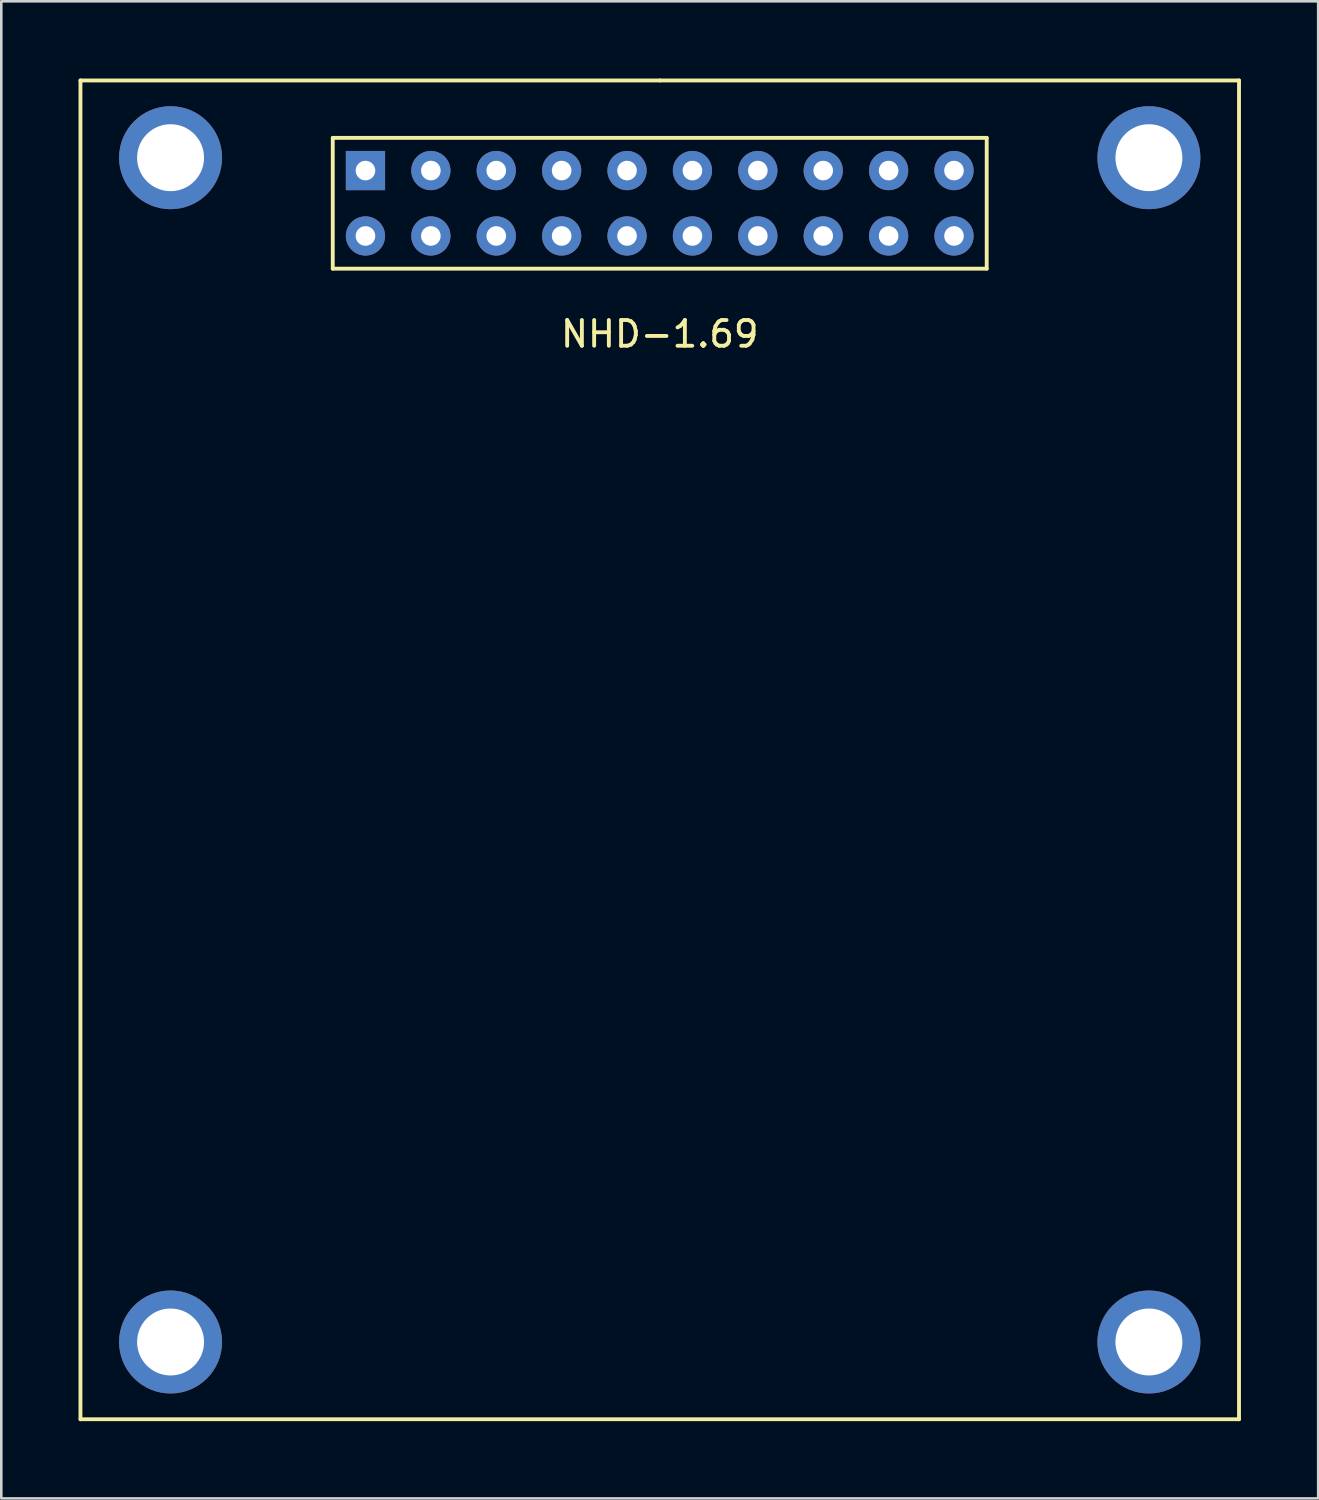
<source format=kicad_pcb>
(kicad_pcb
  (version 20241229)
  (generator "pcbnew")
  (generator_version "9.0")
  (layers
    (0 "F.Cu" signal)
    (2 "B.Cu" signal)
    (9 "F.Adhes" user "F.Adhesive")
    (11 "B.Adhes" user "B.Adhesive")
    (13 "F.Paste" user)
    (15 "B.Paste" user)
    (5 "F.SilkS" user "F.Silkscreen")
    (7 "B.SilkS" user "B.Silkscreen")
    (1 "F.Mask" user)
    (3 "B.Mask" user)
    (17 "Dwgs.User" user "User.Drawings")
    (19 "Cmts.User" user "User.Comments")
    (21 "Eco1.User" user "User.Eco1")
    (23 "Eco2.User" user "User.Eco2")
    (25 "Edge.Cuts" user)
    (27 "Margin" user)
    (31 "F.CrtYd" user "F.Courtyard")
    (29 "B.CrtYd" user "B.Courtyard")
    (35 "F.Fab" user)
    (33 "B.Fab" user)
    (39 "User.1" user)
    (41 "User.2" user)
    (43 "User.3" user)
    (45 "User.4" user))
  (footprint "NHD-1.69"
    (layer "F.Cu")
    (at 22.575 3.575)
    (property "Reference" "NHD-1.69" (at 0 6.35 0) (layer "F.SilkS") (effects (font (size 1 1) (thickness 0.15))))
    (attr through_hole)
    (fp_line (start -22.5 -3.5) (end 0 -3.5) (stroke (width 0.15) (type solid)) (layer "F.SilkS"))
    (fp_line (start -22.5 48.5) (end -22.5 -3.5) (stroke (width 0.15) (type solid)) (layer "F.SilkS"))
    (fp_line (start -12.7 -1.27) (end -12.7 3.81) (stroke (width 0.15) (type solid)) (layer "F.SilkS"))
    (fp_line (start -12.7 3.81) (end 12.7 3.81) (stroke (width 0.15) (type solid)) (layer "F.SilkS"))
    (fp_line (start 0 -3.5) (end 22.5 -3.5) (stroke (width 0.15) (type solid)) (layer "F.SilkS"))
    (fp_line (start 12.7 -1.27) (end -12.7 -1.27) (stroke (width 0.15) (type solid)) (layer "F.SilkS"))
    (fp_line (start 12.7 3.81) (end 12.7 -1.27) (stroke (width 0.15) (type solid)) (layer "F.SilkS"))
    (fp_line (start 22.5 -3.5) (end 22.5 48.5) (stroke (width 0.15) (type solid)) (layer "F.SilkS"))
    (fp_line (start 22.5 48.5) (end -22.5 48.5) (stroke (width 0.15) (type solid)) (layer "F.SilkS"))
    (pad "1" thru_hole rect (at -11.43 0) (size 1.524 1.524) (drill 0.762) (layers "*.Cu" "*.Mask"))
    (pad "2" thru_hole circle (at -11.43 2.54) (size 1.524 1.524) (drill 0.762) (layers "*.Cu" "*.Mask"))
    (pad "3" thru_hole circle (at -8.89 0) (size 1.524 1.524) (drill 0.762) (layers "*.Cu" "*.Mask"))
    (pad "4" thru_hole circle (at -8.89 2.54) (size 1.524 1.524) (drill 0.762) (layers "*.Cu" "*.Mask"))
    (pad "5" thru_hole circle (at -6.35 0) (size 1.524 1.524) (drill 0.762) (layers "*.Cu" "*.Mask"))
    (pad "6" thru_hole circle (at -6.35 2.54) (size 1.524 1.524) (drill 0.762) (layers "*.Cu" "*.Mask"))
    (pad "7" thru_hole circle (at -3.81 0) (size 1.524 1.524) (drill 0.762) (layers "*.Cu" "*.Mask"))
    (pad "8" thru_hole circle (at -3.81 2.54) (size 1.524 1.524) (drill 0.762) (layers "*.Cu" "*.Mask"))
    (pad "9" thru_hole circle (at -1.27 0) (size 1.524 1.524) (drill 0.762) (layers "*.Cu" "*.Mask"))
    (pad "10" thru_hole circle (at -1.27 2.54) (size 1.524 1.524) (drill 0.762) (layers "*.Cu" "*.Mask"))
    (pad "11" thru_hole circle (at 1.27 0) (size 1.524 1.524) (drill 0.762) (layers "*.Cu" "*.Mask"))
    (pad "12" thru_hole circle (at 1.27 2.54) (size 1.524 1.524) (drill 0.762) (layers "*.Cu" "*.Mask"))
    (pad "13" thru_hole circle (at 3.81 0) (size 1.524 1.524) (drill 0.762) (layers "*.Cu" "*.Mask"))
    (pad "14" thru_hole circle (at 3.81 2.54) (size 1.524 1.524) (drill 0.762) (layers "*.Cu" "*.Mask"))
    (pad "15" thru_hole circle (at 6.35 0) (size 1.524 1.524) (drill 0.762) (layers "*.Cu" "*.Mask"))
    (pad "16" thru_hole circle (at 6.35 2.54) (size 1.524 1.524) (drill 0.762) (layers "*.Cu" "*.Mask"))
    (pad "17" thru_hole circle (at 8.89 0) (size 1.524 1.524) (drill 0.762) (layers "*.Cu" "*.Mask"))
    (pad "18" thru_hole circle (at 8.89 2.54) (size 1.524 1.524) (drill 0.762) (layers "*.Cu" "*.Mask"))
    (pad "19" thru_hole circle (at 11.43 0) (size 1.524 1.524) (drill 0.762) (layers "*.Cu" "*.Mask"))
    (pad "20" thru_hole circle (at 11.43 2.54) (size 1.524 1.524) (drill 0.762) (layers "*.Cu" "*.Mask"))
    (pad "21" thru_hole circle (at -19 -0.5) (size 4 4) (drill 2.6) (layers "*.Cu" "*.Mask"))
    (pad "22" thru_hole circle (at 19 -0.5) (size 4 4) (drill 2.6) (layers "*.Cu" "*.Mask"))
    (pad "23" thru_hole circle (at -19 45.5) (size 4 4) (drill 2.6) (layers "*.Cu" "*.Mask"))
    (pad "24" thru_hole circle (at 19 45.5) (size 4 4) (drill 2.6) (layers "*.Cu" "*.Mask")))
  (gr_rect
    (start -3 -3)
    (end 48.15 55.15)
    (stroke (width 0.1) (type default))
    (fill no)
    (layer "Edge.Cuts")))
</source>
